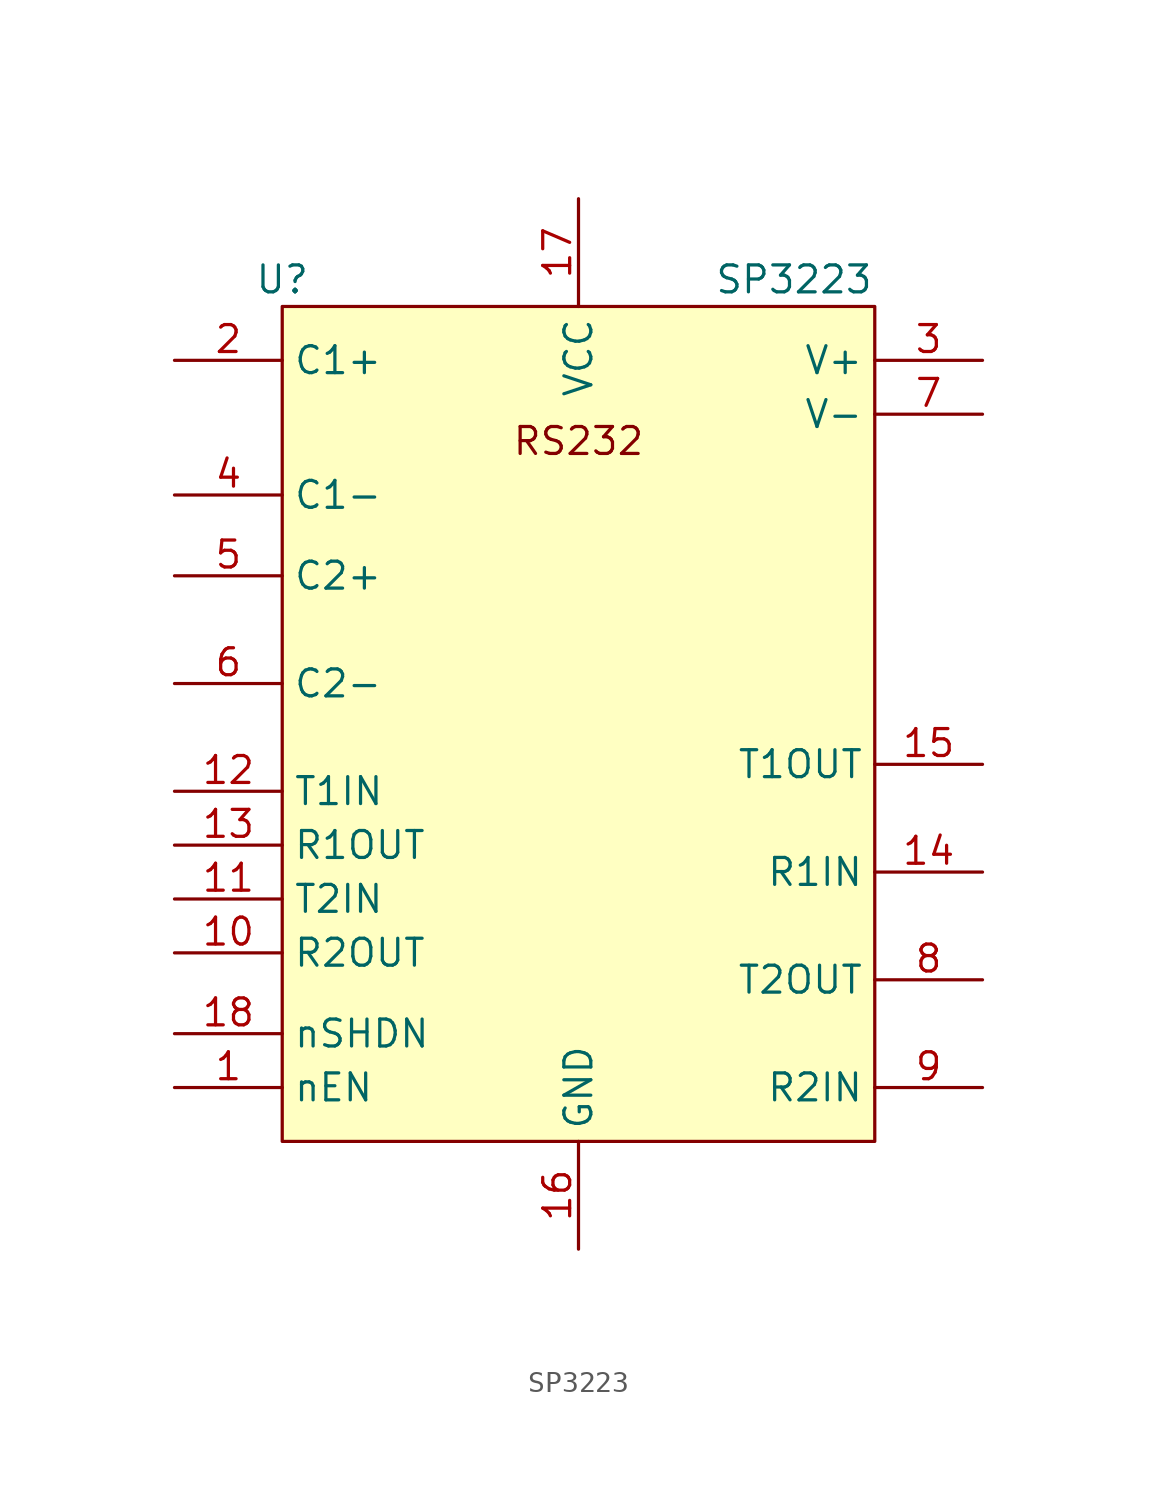
<source format=kicad_sym>
(kicad_symbol_lib
  (version 20241209)
  (generator "kicad_symbol_editor")
  (generator_version "9.0")
  (symbol "SP3223"
    (property "Reference" "U"
      (at -13.97 21.59 0)
      (effects (font (size 1.27 1.27))))
    (property "Value" "SP3223"
      (at 10.16 21.59 0)
      (effects (font (size 1.27 1.27))))
    (symbol "SP3223_0_0"
      (text "RS232" (at 0 13.97 0) (effects (font (size 1.27 1.27)))))
    (symbol "SP3223_0_1"
      (rectangle (start -13.97 20.32) (end 13.97 -19.05) (stroke (width 0) (type default)) (fill (type background))))
    (symbol "SP3223_1_1"
      (pin bidirectional line (at -19.05 17.78 0) (length 5.08) (name "C1+" (effects (font (size 1.27 1.27)))) (number "2" (effects (font (size 1.27 1.27)))))
      (pin bidirectional line (at -19.05 11.43 0) (length 5.08) (name "C1-" (effects (font (size 1.27 1.27)))) (number "4" (effects (font (size 1.27 1.27)))))
      (pin bidirectional line (at -19.05 7.62 0) (length 5.08) (name "C2+" (effects (font (size 1.27 1.27)))) (number "5" (effects (font (size 1.27 1.27)))))
      (pin bidirectional line (at -19.05 2.54 0) (length 5.08) (name "C2-" (effects (font (size 1.27 1.27)))) (number "6" (effects (font (size 1.27 1.27)))))
      (pin input line (at -19.05 -2.54 0) (length 5.08) (name "T1IN" (effects (font (size 1.27 1.27)))) (number "12" (effects (font (size 1.27 1.27)))))
      (pin output line (at -19.05 -5.08 0) (length 5.08) (name "R1OUT" (effects (font (size 1.27 1.27)))) (number "13" (effects (font (size 1.27 1.27)))))
      (pin input line (at -19.05 -7.62 0) (length 5.08) (name "T2IN" (effects (font (size 1.27 1.27)))) (number "11" (effects (font (size 1.27 1.27)))))
      (pin output line (at -19.05 -10.16 0) (length 5.08) (name "R2OUT" (effects (font (size 1.27 1.27)))) (number "10" (effects (font (size 1.27 1.27)))))
      (pin input line (at -19.05 -13.97 0) (length 5.08) (name "nSHDN" (effects (font (size 1.27 1.27)))) (number "18" (effects (font (size 1.27 1.27)))))
      (pin input line (at -19.05 -16.51 0) (length 5.08) (name "nEN" (effects (font (size 1.27 1.27)))) (number "1" (effects (font (size 1.27 1.27)))))
      (pin power_in line (at 0 25.4 270) (length 5.08) (name "VCC" (effects (font (size 1.27 1.27)))) (number "17" (effects (font (size 1.27 1.27)))))
      (pin power_in line (at 0 -24.13 90) (length 5.08) (name "GND" (effects (font (size 1.27 1.27)))) (number "16" (effects (font (size 1.27 1.27)))))
      (pin power_out line (at 19.05 17.78 180) (length 5.08) (name "V+" (effects (font (size 1.27 1.27)))) (number "3" (effects (font (size 1.27 1.27)))))
      (pin power_out line (at 19.05 15.24 180) (length 5.08) (name "V-" (effects (font (size 1.27 1.27)))) (number "7" (effects (font (size 1.27 1.27)))))
      (pin output line (at 19.05 -1.27 180) (length 5.08) (name "T1OUT" (effects (font (size 1.27 1.27)))) (number "15" (effects (font (size 1.27 1.27)))))
      (pin input line (at 19.05 -6.35 180) (length 5.08) (name "R1IN" (effects (font (size 1.27 1.27)))) (number "14" (effects (font (size 1.27 1.27)))))
      (pin output line (at 19.05 -11.43 180) (length 5.08) (name "T2OUT" (effects (font (size 1.27 1.27)))) (number "8" (effects (font (size 1.27 1.27)))))
      (pin input line (at 19.05 -16.51 180) (length 5.08) (name "R2IN" (effects (font (size 1.27 1.27)))) (number "9" (effects (font (size 1.27 1.27))))))))
</source>
